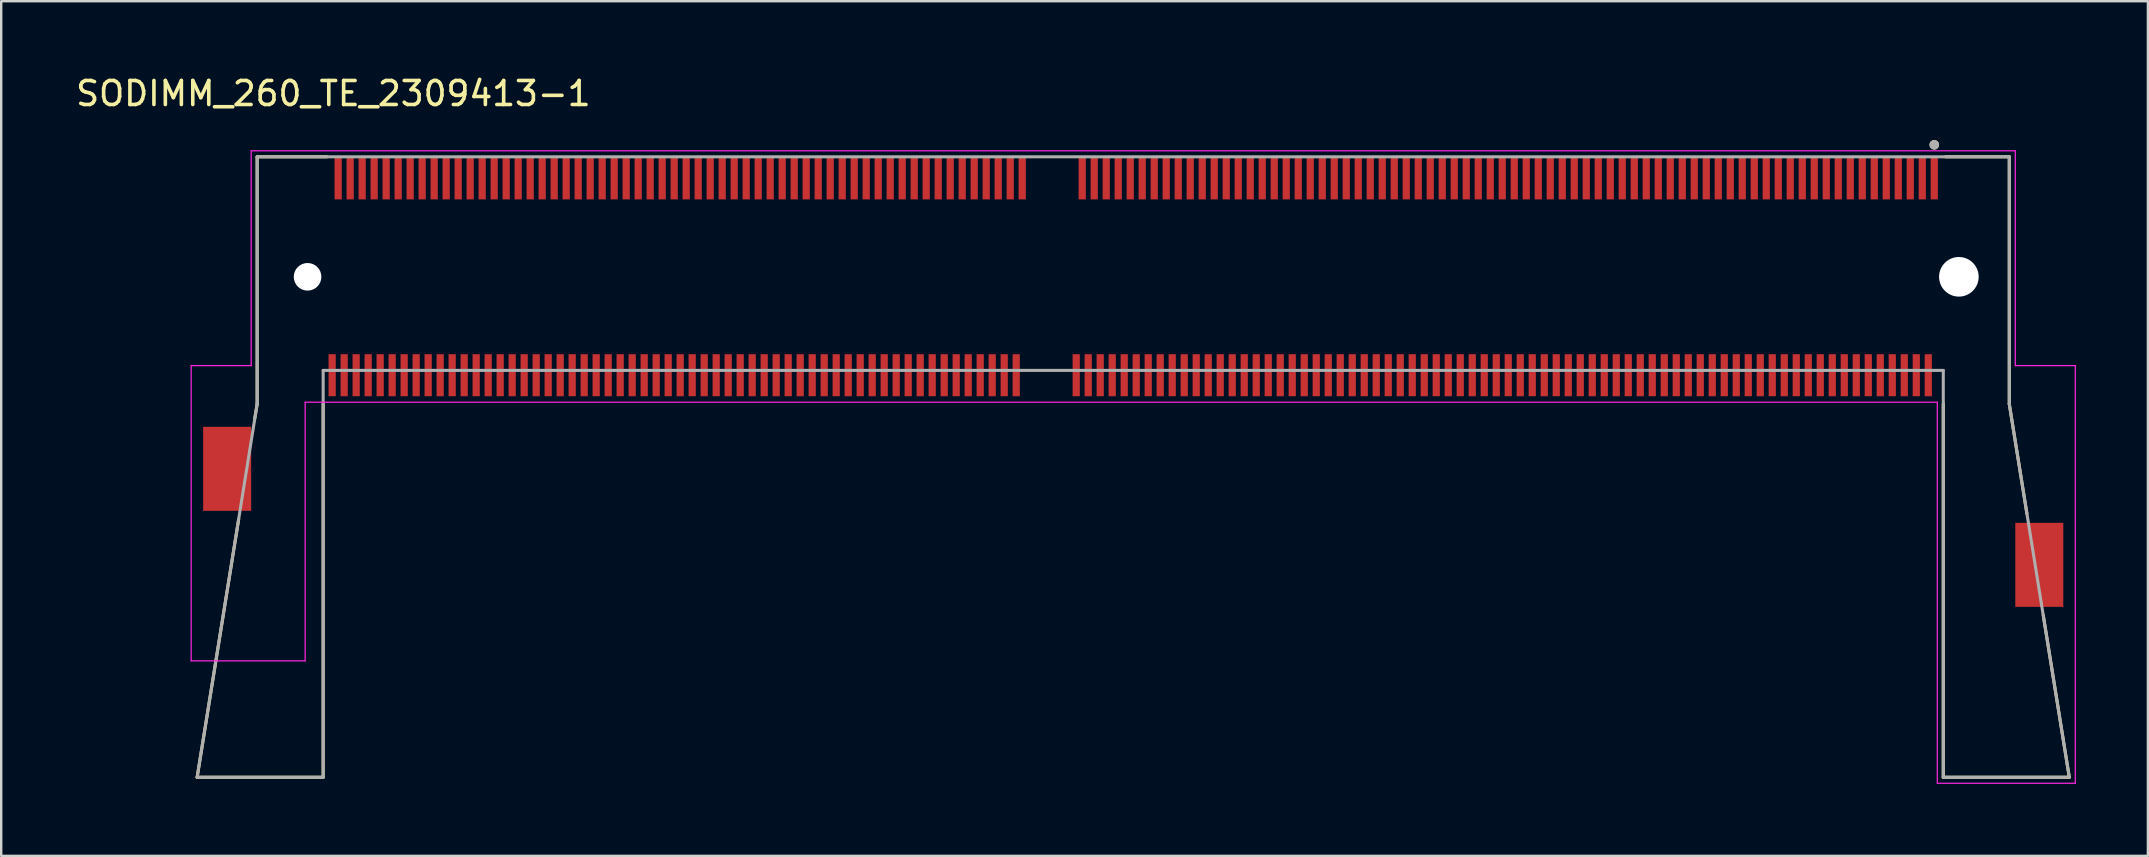
<source format=kicad_pcb>
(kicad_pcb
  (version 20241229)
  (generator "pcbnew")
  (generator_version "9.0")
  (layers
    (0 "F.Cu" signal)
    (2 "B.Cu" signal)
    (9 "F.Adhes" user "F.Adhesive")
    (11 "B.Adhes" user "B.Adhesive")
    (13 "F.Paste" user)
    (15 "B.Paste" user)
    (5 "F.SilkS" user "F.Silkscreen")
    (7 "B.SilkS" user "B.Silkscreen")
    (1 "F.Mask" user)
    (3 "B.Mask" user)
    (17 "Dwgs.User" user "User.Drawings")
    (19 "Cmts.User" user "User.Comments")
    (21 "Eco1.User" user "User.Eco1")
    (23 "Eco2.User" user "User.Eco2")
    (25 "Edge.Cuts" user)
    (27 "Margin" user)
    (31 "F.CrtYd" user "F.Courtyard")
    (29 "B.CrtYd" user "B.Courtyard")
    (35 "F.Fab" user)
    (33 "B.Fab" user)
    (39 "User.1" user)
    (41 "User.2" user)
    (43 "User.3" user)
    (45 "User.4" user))
  (footprint "SODIMM_260_TE_2309413-1"
    (layer "F.Cu")
    (at 40.664 8.483)
    (property "Reference" "SODIMM_260_TE_2309413-1" (at -29.825 -7.635 0) (layer "F.SilkS") (effects (font (size 1 1) (thickness 0.15))))
    (attr through_hole)
    (fp_line (start -35.5 20.85) (end -33.77 10.105) (stroke (width 0.127) (type solid)) (layer "F.SilkS"))
    (fp_line (start -35.5 20.85) (end -30.25 20.85) (stroke (width 0.127) (type solid)) (layer "F.SilkS"))
    (fp_line (start -33 -5) (end -33 5.3) (stroke (width 0.127) (type solid)) (layer "F.SilkS"))
    (fp_line (start -33 5.3) (end -33.1 5.9) (stroke (width 0.127) (type solid)) (layer "F.SilkS"))
    (fp_line (start -30.25 20.85) (end -30.25 5.3) (stroke (width 0.127) (type solid)) (layer "F.SilkS"))
    (fp_line (start -30.095 -5) (end -33 -5) (stroke (width 0.127) (type solid)) (layer "F.SilkS"))
    (fp_line (start 37.25 5.3) (end 37.25 20.85) (stroke (width 0.127) (type solid)) (layer "F.SilkS"))
    (fp_line (start 37.25 20.85) (end 42.5 20.85) (stroke (width 0.127) (type solid)) (layer "F.SilkS"))
    (fp_line (start 40 -5) (end 37.345 -5) (stroke (width 0.127) (type solid)) (layer "F.SilkS"))
    (fp_line (start 40 5.3) (end 40 -5) (stroke (width 0.127) (type solid)) (layer "F.SilkS"))
    (fp_line (start 40 5.3) (end 40.735 9.87) (stroke (width 0.127) (type solid)) (layer "F.SilkS"))
    (fp_line (start 42.5 20.85) (end 41.415 14.1) (stroke (width 0.127) (type solid)) (layer "F.SilkS"))
    (fp_circle (center 36.875 -5.5) (end 36.975 -5.5) (stroke (width 0.2) (type solid)) (fill no) (layer "F.SilkS"))
    (fp_line (start -35.75 3.7) (end -33.25 3.7) (stroke (width 0.05) (type solid)) (layer "F.CrtYd"))
    (fp_line (start -35.75 16) (end -35.75 3.7) (stroke (width 0.05) (type solid)) (layer "F.CrtYd"))
    (fp_line (start -33.25 -5.25) (end 40.25 -5.25) (stroke (width 0.05) (type solid)) (layer "F.CrtYd"))
    (fp_line (start -33.25 3.7) (end -33.25 -5.25) (stroke (width 0.05) (type solid)) (layer "F.CrtYd"))
    (fp_line (start -31 5.225) (end -31 16) (stroke (width 0.05) (type solid)) (layer "F.CrtYd"))
    (fp_line (start -31 16) (end -35.75 16) (stroke (width 0.05) (type solid)) (layer "F.CrtYd"))
    (fp_line (start 37 5.225) (end -31 5.225) (stroke (width 0.05) (type solid)) (layer "F.CrtYd"))
    (fp_line (start 37 21.1) (end 37 5.225) (stroke (width 0.05) (type solid)) (layer "F.CrtYd"))
    (fp_line (start 40.25 -5.25) (end 40.25 3.7) (stroke (width 0.05) (type solid)) (layer "F.CrtYd"))
    (fp_line (start 40.25 3.7) (end 42.75 3.7) (stroke (width 0.05) (type solid)) (layer "F.CrtYd"))
    (fp_line (start 42.75 3.7) (end 42.75 21.1) (stroke (width 0.05) (type solid)) (layer "F.CrtYd"))
    (fp_line (start 42.75 21.1) (end 37 21.1) (stroke (width 0.05) (type solid)) (layer "F.CrtYd"))
    (fp_line (start -35.5 20.85) (end -30.25 20.85) (stroke (width 0.127) (type solid)) (layer "F.Fab"))
    (fp_line (start -33 -5) (end -33 5.3) (stroke (width 0.127) (type solid)) (layer "F.Fab"))
    (fp_line (start -33 5.3) (end -35.5 20.85) (stroke (width 0.127) (type solid)) (layer "F.Fab"))
    (fp_line (start -30.25 3.9) (end 37.25 3.9) (stroke (width 0.127) (type solid)) (layer "F.Fab"))
    (fp_line (start -30.25 20.85) (end -30.25 3.9) (stroke (width 0.127) (type solid)) (layer "F.Fab"))
    (fp_line (start 37.25 3.9) (end 37.25 20.85) (stroke (width 0.127) (type solid)) (layer "F.Fab"))
    (fp_line (start 37.25 20.85) (end 42.5 20.85) (stroke (width 0.127) (type solid)) (layer "F.Fab"))
    (fp_line (start 40 -5) (end -33 -5) (stroke (width 0.127) (type solid)) (layer "F.Fab"))
    (fp_line (start 40 5.3) (end 40 -5) (stroke (width 0.127) (type solid)) (layer "F.Fab"))
    (fp_line (start 42.5 20.85) (end 40 5.3) (stroke (width 0.127) (type solid)) (layer "F.Fab"))
    (fp_circle (center 36.875 -5.5) (end 36.975 -5.5) (stroke (width 0.2) (type solid)) (fill no) (layer "F.Fab"))
    (pad "" np_thru_hole circle (at -30.9 0) (size 1.15 1.15) (drill 1.15) (layers "*.Cu" "*.Mask"))
    (pad "" np_thru_hole circle (at 37.9 0) (size 1.65 1.65) (drill 1.65) (layers "*.Cu" "*.Mask"))
    (pad "1" smd rect (at 36.875 -4.1) (size 0.3 1.75) (layers "F.Cu" "F.Mask" "F.Paste"))
    (pad "2" smd rect (at 36.625 4.1) (size 0.3 1.75) (layers "F.Cu" "F.Mask" "F.Paste"))
    (pad "3" smd rect (at 36.375 -4.1) (size 0.3 1.75) (layers "F.Cu" "F.Mask" "F.Paste"))
    (pad "4" smd rect (at 36.125 4.1) (size 0.3 1.75) (layers "F.Cu" "F.Mask" "F.Paste"))
    (pad "5" smd rect (at 35.875 -4.1) (size 0.3 1.75) (layers "F.Cu" "F.Mask" "F.Paste"))
    (pad "6" smd rect (at 35.625 4.1) (size 0.3 1.75) (layers "F.Cu" "F.Mask" "F.Paste"))
    (pad "7" smd rect (at 35.375 -4.1) (size 0.3 1.75) (layers "F.Cu" "F.Mask" "F.Paste"))
    (pad "8" smd rect (at 35.125 4.1) (size 0.3 1.75) (layers "F.Cu" "F.Mask" "F.Paste"))
    (pad "9" smd rect (at 34.875 -4.1) (size 0.3 1.75) (layers "F.Cu" "F.Mask" "F.Paste"))
    (pad "10" smd rect (at 34.625 4.1) (size 0.3 1.75) (layers "F.Cu" "F.Mask" "F.Paste"))
    (pad "11" smd rect (at 34.375 -4.1) (size 0.3 1.75) (layers "F.Cu" "F.Mask" "F.Paste"))
    (pad "12" smd rect (at 34.125 4.1) (size 0.3 1.75) (layers "F.Cu" "F.Mask" "F.Paste"))
    (pad "13" smd rect (at 33.875 -4.1) (size 0.3 1.75) (layers "F.Cu" "F.Mask" "F.Paste"))
    (pad "14" smd rect (at 33.625 4.1) (size 0.3 1.75) (layers "F.Cu" "F.Mask" "F.Paste"))
    (pad "15" smd rect (at 33.375 -4.1) (size 0.3 1.75) (layers "F.Cu" "F.Mask" "F.Paste"))
    (pad "16" smd rect (at 33.125 4.1) (size 0.3 1.75) (layers "F.Cu" "F.Mask" "F.Paste"))
    (pad "17" smd rect (at 32.875 -4.1) (size 0.3 1.75) (layers "F.Cu" "F.Mask" "F.Paste"))
    (pad "18" smd rect (at 32.625 4.1) (size 0.3 1.75) (layers "F.Cu" "F.Mask" "F.Paste"))
    (pad "19" smd rect (at 32.375 -4.1) (size 0.3 1.75) (layers "F.Cu" "F.Mask" "F.Paste"))
    (pad "20" smd rect (at 32.125 4.1) (size 0.3 1.75) (layers "F.Cu" "F.Mask" "F.Paste"))
    (pad "21" smd rect (at 31.875 -4.1) (size 0.3 1.75) (layers "F.Cu" "F.Mask" "F.Paste"))
    (pad "22" smd rect (at 31.625 4.1) (size 0.3 1.75) (layers "F.Cu" "F.Mask" "F.Paste"))
    (pad "23" smd rect (at 31.375 -4.1) (size 0.3 1.75) (layers "F.Cu" "F.Mask" "F.Paste"))
    (pad "24" smd rect (at 31.125 4.1) (size 0.3 1.75) (layers "F.Cu" "F.Mask" "F.Paste"))
    (pad "25" smd rect (at 30.875 -4.1) (size 0.3 1.75) (layers "F.Cu" "F.Mask" "F.Paste"))
    (pad "26" smd rect (at 30.625 4.1) (size 0.3 1.75) (layers "F.Cu" "F.Mask" "F.Paste"))
    (pad "27" smd rect (at 30.375 -4.1) (size 0.3 1.75) (layers "F.Cu" "F.Mask" "F.Paste"))
    (pad "28" smd rect (at 30.125 4.1) (size 0.3 1.75) (layers "F.Cu" "F.Mask" "F.Paste"))
    (pad "29" smd rect (at 29.875 -4.1) (size 0.3 1.75) (layers "F.Cu" "F.Mask" "F.Paste"))
    (pad "30" smd rect (at 29.625 4.1) (size 0.3 1.75) (layers "F.Cu" "F.Mask" "F.Paste"))
    (pad "31" smd rect (at 29.375 -4.1) (size 0.3 1.75) (layers "F.Cu" "F.Mask" "F.Paste"))
    (pad "32" smd rect (at 29.125 4.1) (size 0.3 1.75) (layers "F.Cu" "F.Mask" "F.Paste"))
    (pad "33" smd rect (at 28.875 -4.1) (size 0.3 1.75) (layers "F.Cu" "F.Mask" "F.Paste"))
    (pad "34" smd rect (at 28.625 4.1) (size 0.3 1.75) (layers "F.Cu" "F.Mask" "F.Paste"))
    (pad "35" smd rect (at 28.375 -4.1) (size 0.3 1.75) (layers "F.Cu" "F.Mask" "F.Paste"))
    (pad "36" smd rect (at 28.125 4.1) (size 0.3 1.75) (layers "F.Cu" "F.Mask" "F.Paste"))
    (pad "37" smd rect (at 27.875 -4.1) (size 0.3 1.75) (layers "F.Cu" "F.Mask" "F.Paste"))
    (pad "38" smd rect (at 27.625 4.1) (size 0.3 1.75) (layers "F.Cu" "F.Mask" "F.Paste"))
    (pad "39" smd rect (at 27.375 -4.1) (size 0.3 1.75) (layers "F.Cu" "F.Mask" "F.Paste"))
    (pad "40" smd rect (at 27.125 4.1) (size 0.3 1.75) (layers "F.Cu" "F.Mask" "F.Paste"))
    (pad "41" smd rect (at 26.875 -4.1) (size 0.3 1.75) (layers "F.Cu" "F.Mask" "F.Paste"))
    (pad "42" smd rect (at 26.625 4.1) (size 0.3 1.75) (layers "F.Cu" "F.Mask" "F.Paste"))
    (pad "43" smd rect (at 26.375 -4.1) (size 0.3 1.75) (layers "F.Cu" "F.Mask" "F.Paste"))
    (pad "44" smd rect (at 26.125 4.1) (size 0.3 1.75) (layers "F.Cu" "F.Mask" "F.Paste"))
    (pad "45" smd rect (at 25.875 -4.1) (size 0.3 1.75) (layers "F.Cu" "F.Mask" "F.Paste"))
    (pad "46" smd rect (at 25.625 4.1) (size 0.3 1.75) (layers "F.Cu" "F.Mask" "F.Paste"))
    (pad "47" smd rect (at 25.375 -4.1) (size 0.3 1.75) (layers "F.Cu" "F.Mask" "F.Paste"))
    (pad "48" smd rect (at 25.125 4.1) (size 0.3 1.75) (layers "F.Cu" "F.Mask" "F.Paste"))
    (pad "49" smd rect (at 24.875 -4.1) (size 0.3 1.75) (layers "F.Cu" "F.Mask" "F.Paste"))
    (pad "50" smd rect (at 24.625 4.1) (size 0.3 1.75) (layers "F.Cu" "F.Mask" "F.Paste"))
    (pad "51" smd rect (at 24.375 -4.1) (size 0.3 1.75) (layers "F.Cu" "F.Mask" "F.Paste"))
    (pad "52" smd rect (at 24.125 4.1) (size 0.3 1.75) (layers "F.Cu" "F.Mask" "F.Paste"))
    (pad "53" smd rect (at 23.875 -4.1) (size 0.3 1.75) (layers "F.Cu" "F.Mask" "F.Paste"))
    (pad "54" smd rect (at 23.625 4.1) (size 0.3 1.75) (layers "F.Cu" "F.Mask" "F.Paste"))
    (pad "55" smd rect (at 23.375 -4.1) (size 0.3 1.75) (layers "F.Cu" "F.Mask" "F.Paste"))
    (pad "56" smd rect (at 23.125 4.1) (size 0.3 1.75) (layers "F.Cu" "F.Mask" "F.Paste"))
    (pad "57" smd rect (at 22.875 -4.1) (size 0.3 1.75) (layers "F.Cu" "F.Mask" "F.Paste"))
    (pad "58" smd rect (at 22.625 4.1) (size 0.3 1.75) (layers "F.Cu" "F.Mask" "F.Paste"))
    (pad "59" smd rect (at 22.375 -4.1) (size 0.3 1.75) (layers "F.Cu" "F.Mask" "F.Paste"))
    (pad "60" smd rect (at 22.125 4.1) (size 0.3 1.75) (layers "F.Cu" "F.Mask" "F.Paste"))
    (pad "61" smd rect (at 21.875 -4.1) (size 0.3 1.75) (layers "F.Cu" "F.Mask" "F.Paste"))
    (pad "62" smd rect (at 21.625 4.1) (size 0.3 1.75) (layers "F.Cu" "F.Mask" "F.Paste"))
    (pad "63" smd rect (at 21.375 -4.1) (size 0.3 1.75) (layers "F.Cu" "F.Mask" "F.Paste"))
    (pad "64" smd rect (at 21.125 4.1) (size 0.3 1.75) (layers "F.Cu" "F.Mask" "F.Paste"))
    (pad "65" smd rect (at 20.875 -4.1) (size 0.3 1.75) (layers "F.Cu" "F.Mask" "F.Paste"))
    (pad "66" smd rect (at 20.625 4.1) (size 0.3 1.75) (layers "F.Cu" "F.Mask" "F.Paste"))
    (pad "67" smd rect (at 20.375 -4.1) (size 0.3 1.75) (layers "F.Cu" "F.Mask" "F.Paste"))
    (pad "68" smd rect (at 20.125 4.1) (size 0.3 1.75) (layers "F.Cu" "F.Mask" "F.Paste"))
    (pad "69" smd rect (at 19.875 -4.1) (size 0.3 1.75) (layers "F.Cu" "F.Mask" "F.Paste"))
    (pad "70" smd rect (at 19.625 4.1) (size 0.3 1.75) (layers "F.Cu" "F.Mask" "F.Paste"))
    (pad "71" smd rect (at 19.375 -4.1) (size 0.3 1.75) (layers "F.Cu" "F.Mask" "F.Paste"))
    (pad "72" smd rect (at 19.125 4.1) (size 0.3 1.75) (layers "F.Cu" "F.Mask" "F.Paste"))
    (pad "73" smd rect (at 18.875 -4.1) (size 0.3 1.75) (layers "F.Cu" "F.Mask" "F.Paste"))
    (pad "74" smd rect (at 18.625 4.1) (size 0.3 1.75) (layers "F.Cu" "F.Mask" "F.Paste"))
    (pad "75" smd rect (at 18.375 -4.1) (size 0.3 1.75) (layers "F.Cu" "F.Mask" "F.Paste"))
    (pad "76" smd rect (at 18.125 4.1) (size 0.3 1.75) (layers "F.Cu" "F.Mask" "F.Paste"))
    (pad "77" smd rect (at 17.875 -4.1) (size 0.3 1.75) (layers "F.Cu" "F.Mask" "F.Paste"))
    (pad "78" smd rect (at 17.625 4.1) (size 0.3 1.75) (layers "F.Cu" "F.Mask" "F.Paste"))
    (pad "79" smd rect (at 17.375 -4.1) (size 0.3 1.75) (layers "F.Cu" "F.Mask" "F.Paste"))
    (pad "80" smd rect (at 17.125 4.1) (size 0.3 1.75) (layers "F.Cu" "F.Mask" "F.Paste"))
    (pad "81" smd rect (at 16.875 -4.1) (size 0.3 1.75) (layers "F.Cu" "F.Mask" "F.Paste"))
    (pad "82" smd rect (at 16.625 4.1) (size 0.3 1.75) (layers "F.Cu" "F.Mask" "F.Paste"))
    (pad "83" smd rect (at 16.375 -4.1) (size 0.3 1.75) (layers "F.Cu" "F.Mask" "F.Paste"))
    (pad "84" smd rect (at 16.125 4.1) (size 0.3 1.75) (layers "F.Cu" "F.Mask" "F.Paste"))
    (pad "85" smd rect (at 15.875 -4.1) (size 0.3 1.75) (layers "F.Cu" "F.Mask" "F.Paste"))
    (pad "86" smd rect (at 15.625 4.1) (size 0.3 1.75) (layers "F.Cu" "F.Mask" "F.Paste"))
    (pad "87" smd rect (at 15.375 -4.1) (size 0.3 1.75) (layers "F.Cu" "F.Mask" "F.Paste"))
    (pad "88" smd rect (at 15.125 4.1) (size 0.3 1.75) (layers "F.Cu" "F.Mask" "F.Paste"))
    (pad "89" smd rect (at 14.875 -4.1) (size 0.3 1.75) (layers "F.Cu" "F.Mask" "F.Paste"))
    (pad "90" smd rect (at 14.625 4.1) (size 0.3 1.75) (layers "F.Cu" "F.Mask" "F.Paste"))
    (pad "91" smd rect (at 14.375 -4.1) (size 0.3 1.75) (layers "F.Cu" "F.Mask" "F.Paste"))
    (pad "92" smd rect (at 14.125 4.1) (size 0.3 1.75) (layers "F.Cu" "F.Mask" "F.Paste"))
    (pad "93" smd rect (at 13.875 -4.1) (size 0.3 1.75) (layers "F.Cu" "F.Mask" "F.Paste"))
    (pad "94" smd rect (at 13.625 4.1) (size 0.3 1.75) (layers "F.Cu" "F.Mask" "F.Paste"))
    (pad "95" smd rect (at 13.375 -4.1) (size 0.3 1.75) (layers "F.Cu" "F.Mask" "F.Paste"))
    (pad "96" smd rect (at 13.125 4.1) (size 0.3 1.75) (layers "F.Cu" "F.Mask" "F.Paste"))
    (pad "97" smd rect (at 12.875 -4.1) (size 0.3 1.75) (layers "F.Cu" "F.Mask" "F.Paste"))
    (pad "98" smd rect (at 12.625 4.1) (size 0.3 1.75) (layers "F.Cu" "F.Mask" "F.Paste"))
    (pad "99" smd rect (at 12.375 -4.1) (size 0.3 1.75) (layers "F.Cu" "F.Mask" "F.Paste"))
    (pad "100" smd rect (at 12.125 4.1) (size 0.3 1.75) (layers "F.Cu" "F.Mask" "F.Paste"))
    (pad "101" smd rect (at 11.875 -4.1) (size 0.3 1.75) (layers "F.Cu" "F.Mask" "F.Paste"))
    (pad "102" smd rect (at 11.625 4.1) (size 0.3 1.75) (layers "F.Cu" "F.Mask" "F.Paste"))
    (pad "103" smd rect (at 11.375 -4.1) (size 0.3 1.75) (layers "F.Cu" "F.Mask" "F.Paste"))
    (pad "104" smd rect (at 11.125 4.1) (size 0.3 1.75) (layers "F.Cu" "F.Mask" "F.Paste"))
    (pad "105" smd rect (at 10.875 -4.1) (size 0.3 1.75) (layers "F.Cu" "F.Mask" "F.Paste"))
    (pad "106" smd rect (at 10.625 4.1) (size 0.3 1.75) (layers "F.Cu" "F.Mask" "F.Paste"))
    (pad "107" smd rect (at 10.375 -4.1) (size 0.3 1.75) (layers "F.Cu" "F.Mask" "F.Paste"))
    (pad "108" smd rect (at 10.125 4.1) (size 0.3 1.75) (layers "F.Cu" "F.Mask" "F.Paste"))
    (pad "109" smd rect (at 9.875 -4.1) (size 0.3 1.75) (layers "F.Cu" "F.Mask" "F.Paste"))
    (pad "110" smd rect (at 9.625 4.1) (size 0.3 1.75) (layers "F.Cu" "F.Mask" "F.Paste"))
    (pad "111" smd rect (at 9.375 -4.1) (size 0.3 1.75) (layers "F.Cu" "F.Mask" "F.Paste"))
    (pad "112" smd rect (at 9.125 4.1) (size 0.3 1.75) (layers "F.Cu" "F.Mask" "F.Paste"))
    (pad "113" smd rect (at 8.875 -4.1) (size 0.3 1.75) (layers "F.Cu" "F.Mask" "F.Paste"))
    (pad "114" smd rect (at 8.625 4.1) (size 0.3 1.75) (layers "F.Cu" "F.Mask" "F.Paste"))
    (pad "115" smd rect (at 8.375 -4.1) (size 0.3 1.75) (layers "F.Cu" "F.Mask" "F.Paste"))
    (pad "116" smd rect (at 8.125 4.1) (size 0.3 1.75) (layers "F.Cu" "F.Mask" "F.Paste"))
    (pad "117" smd rect (at 7.875 -4.1) (size 0.3 1.75) (layers "F.Cu" "F.Mask" "F.Paste"))
    (pad "118" smd rect (at 7.625 4.1) (size 0.3 1.75) (layers "F.Cu" "F.Mask" "F.Paste"))
    (pad "119" smd rect (at 7.375 -4.1) (size 0.3 1.75) (layers "F.Cu" "F.Mask" "F.Paste"))
    (pad "120" smd rect (at 7.125 4.1) (size 0.3 1.75) (layers "F.Cu" "F.Mask" "F.Paste"))
    (pad "121" smd rect (at 6.875 -4.1) (size 0.3 1.75) (layers "F.Cu" "F.Mask" "F.Paste"))
    (pad "122" smd rect (at 6.625 4.1) (size 0.3 1.75) (layers "F.Cu" "F.Mask" "F.Paste"))
    (pad "123" smd rect (at 6.375 -4.1) (size 0.3 1.75) (layers "F.Cu" "F.Mask" "F.Paste"))
    (pad "124" smd rect (at 6.125 4.1) (size 0.3 1.75) (layers "F.Cu" "F.Mask" "F.Paste"))
    (pad "125" smd rect (at 5.875 -4.1) (size 0.3 1.75) (layers "F.Cu" "F.Mask" "F.Paste"))
    (pad "126" smd rect (at 5.625 4.1) (size 0.3 1.75) (layers "F.Cu" "F.Mask" "F.Paste"))
    (pad "127" smd rect (at 5.375 -4.1) (size 0.3 1.75) (layers "F.Cu" "F.Mask" "F.Paste"))
    (pad "128" smd rect (at 5.125 4.1) (size 0.3 1.75) (layers "F.Cu" "F.Mask" "F.Paste"))
    (pad "129" smd rect (at 4.875 -4.1) (size 0.3 1.75) (layers "F.Cu" "F.Mask" "F.Paste"))
    (pad "130" smd rect (at 4.625 4.1) (size 0.3 1.75) (layers "F.Cu" "F.Mask" "F.Paste"))
    (pad "131" smd rect (at 4.375 -4.1) (size 0.3 1.75) (layers "F.Cu" "F.Mask" "F.Paste"))
    (pad "132" smd rect (at 4.125 4.1) (size 0.3 1.75) (layers "F.Cu" "F.Mask" "F.Paste"))
    (pad "133" smd rect (at 3.875 -4.1) (size 0.3 1.75) (layers "F.Cu" "F.Mask" "F.Paste"))
    (pad "134" smd rect (at 3.625 4.1) (size 0.3 1.75) (layers "F.Cu" "F.Mask" "F.Paste"))
    (pad "135" smd rect (at 3.375 -4.1) (size 0.3 1.75) (layers "F.Cu" "F.Mask" "F.Paste"))
    (pad "136" smd rect (at 3.125 4.1) (size 0.3 1.75) (layers "F.Cu" "F.Mask" "F.Paste"))
    (pad "137" smd rect (at 2.875 -4.1) (size 0.3 1.75) (layers "F.Cu" "F.Mask" "F.Paste"))
    (pad "138" smd rect (at 2.625 4.1) (size 0.3 1.75) (layers "F.Cu" "F.Mask" "F.Paste"))
    (pad "139" smd rect (at 2.375 -4.1) (size 0.3 1.75) (layers "F.Cu" "F.Mask" "F.Paste"))
    (pad "140" smd rect (at 2.125 4.1) (size 0.3 1.75) (layers "F.Cu" "F.Mask" "F.Paste"))
    (pad "141" smd rect (at 1.875 -4.1) (size 0.3 1.75) (layers "F.Cu" "F.Mask" "F.Paste"))
    (pad "142" smd rect (at 1.625 4.1) (size 0.3 1.75) (layers "F.Cu" "F.Mask" "F.Paste"))
    (pad "143" smd rect (at 1.375 -4.1) (size 0.3 1.75) (layers "F.Cu" "F.Mask" "F.Paste"))
    (pad "144" smd rect (at 1.125 4.1) (size 0.3 1.75) (layers "F.Cu" "F.Mask" "F.Paste"))
    (pad "145" smd rect (at -1.125 -4.1) (size 0.3 1.75) (layers "F.Cu" "F.Mask" "F.Paste"))
    (pad "146" smd rect (at -1.375 4.1) (size 0.3 1.75) (layers "F.Cu" "F.Mask" "F.Paste"))
    (pad "147" smd rect (at -1.625 -4.1) (size 0.3 1.75) (layers "F.Cu" "F.Mask" "F.Paste"))
    (pad "148" smd rect (at -1.875 4.1) (size 0.3 1.75) (layers "F.Cu" "F.Mask" "F.Paste"))
    (pad "149" smd rect (at -2.125 -4.1) (size 0.3 1.75) (layers "F.Cu" "F.Mask" "F.Paste"))
    (pad "150" smd rect (at -2.375 4.1) (size 0.3 1.75) (layers "F.Cu" "F.Mask" "F.Paste"))
    (pad "151" smd rect (at -2.625 -4.1) (size 0.3 1.75) (layers "F.Cu" "F.Mask" "F.Paste"))
    (pad "152" smd rect (at -2.875 4.1) (size 0.3 1.75) (layers "F.Cu" "F.Mask" "F.Paste"))
    (pad "153" smd rect (at -3.125 -4.1) (size 0.3 1.75) (layers "F.Cu" "F.Mask" "F.Paste"))
    (pad "154" smd rect (at -3.375 4.1) (size 0.3 1.75) (layers "F.Cu" "F.Mask" "F.Paste"))
    (pad "155" smd rect (at -3.625 -4.1) (size 0.3 1.75) (layers "F.Cu" "F.Mask" "F.Paste"))
    (pad "156" smd rect (at -3.875 4.1) (size 0.3 1.75) (layers "F.Cu" "F.Mask" "F.Paste"))
    (pad "157" smd rect (at -4.125 -4.1) (size 0.3 1.75) (layers "F.Cu" "F.Mask" "F.Paste"))
    (pad "158" smd rect (at -4.375 4.1) (size 0.3 1.75) (layers "F.Cu" "F.Mask" "F.Paste"))
    (pad "159" smd rect (at -4.625 -4.1) (size 0.3 1.75) (layers "F.Cu" "F.Mask" "F.Paste"))
    (pad "160" smd rect (at -4.875 4.1) (size 0.3 1.75) (layers "F.Cu" "F.Mask" "F.Paste"))
    (pad "161" smd rect (at -5.125 -4.1) (size 0.3 1.75) (layers "F.Cu" "F.Mask" "F.Paste"))
    (pad "162" smd rect (at -5.375 4.1) (size 0.3 1.75) (layers "F.Cu" "F.Mask" "F.Paste"))
    (pad "163" smd rect (at -5.625 -4.1) (size 0.3 1.75) (layers "F.Cu" "F.Mask" "F.Paste"))
    (pad "164" smd rect (at -5.875 4.1) (size 0.3 1.75) (layers "F.Cu" "F.Mask" "F.Paste"))
    (pad "165" smd rect (at -6.125 -4.1) (size 0.3 1.75) (layers "F.Cu" "F.Mask" "F.Paste"))
    (pad "166" smd rect (at -6.375 4.1) (size 0.3 1.75) (layers "F.Cu" "F.Mask" "F.Paste"))
    (pad "167" smd rect (at -6.625 -4.1) (size 0.3 1.75) (layers "F.Cu" "F.Mask" "F.Paste"))
    (pad "168" smd rect (at -6.875 4.1) (size 0.3 1.75) (layers "F.Cu" "F.Mask" "F.Paste"))
    (pad "169" smd rect (at -7.125 -4.1) (size 0.3 1.75) (layers "F.Cu" "F.Mask" "F.Paste"))
    (pad "170" smd rect (at -7.375 4.1) (size 0.3 1.75) (layers "F.Cu" "F.Mask" "F.Paste"))
    (pad "171" smd rect (at -7.625 -4.1) (size 0.3 1.75) (layers "F.Cu" "F.Mask" "F.Paste"))
    (pad "172" smd rect (at -7.875 4.1) (size 0.3 1.75) (layers "F.Cu" "F.Mask" "F.Paste"))
    (pad "173" smd rect (at -8.125 -4.1) (size 0.3 1.75) (layers "F.Cu" "F.Mask" "F.Paste"))
    (pad "174" smd rect (at -8.375 4.1) (size 0.3 1.75) (layers "F.Cu" "F.Mask" "F.Paste"))
    (pad "175" smd rect (at -8.625 -4.1) (size 0.3 1.75) (layers "F.Cu" "F.Mask" "F.Paste"))
    (pad "176" smd rect (at -8.875 4.1) (size 0.3 1.75) (layers "F.Cu" "F.Mask" "F.Paste"))
    (pad "177" smd rect (at -9.125 -4.1) (size 0.3 1.75) (layers "F.Cu" "F.Mask" "F.Paste"))
    (pad "178" smd rect (at -9.375 4.1) (size 0.3 1.75) (layers "F.Cu" "F.Mask" "F.Paste"))
    (pad "179" smd rect (at -9.625 -4.1) (size 0.3 1.75) (layers "F.Cu" "F.Mask" "F.Paste"))
    (pad "180" smd rect (at -9.875 4.1) (size 0.3 1.75) (layers "F.Cu" "F.Mask" "F.Paste"))
    (pad "181" smd rect (at -10.125 -4.1) (size 0.3 1.75) (layers "F.Cu" "F.Mask" "F.Paste"))
    (pad "182" smd rect (at -10.375 4.1) (size 0.3 1.75) (layers "F.Cu" "F.Mask" "F.Paste"))
    (pad "183" smd rect (at -10.625 -4.1) (size 0.3 1.75) (layers "F.Cu" "F.Mask" "F.Paste"))
    (pad "184" smd rect (at -10.875 4.1) (size 0.3 1.75) (layers "F.Cu" "F.Mask" "F.Paste"))
    (pad "185" smd rect (at -11.125 -4.1) (size 0.3 1.75) (layers "F.Cu" "F.Mask" "F.Paste"))
    (pad "186" smd rect (at -11.375 4.1) (size 0.3 1.75) (layers "F.Cu" "F.Mask" "F.Paste"))
    (pad "187" smd rect (at -11.625 -4.1) (size 0.3 1.75) (layers "F.Cu" "F.Mask" "F.Paste"))
    (pad "188" smd rect (at -11.875 4.1) (size 0.3 1.75) (layers "F.Cu" "F.Mask" "F.Paste"))
    (pad "189" smd rect (at -12.125 -4.1) (size 0.3 1.75) (layers "F.Cu" "F.Mask" "F.Paste"))
    (pad "190" smd rect (at -12.375 4.1) (size 0.3 1.75) (layers "F.Cu" "F.Mask" "F.Paste"))
    (pad "191" smd rect (at -12.625 -4.1) (size 0.3 1.75) (layers "F.Cu" "F.Mask" "F.Paste"))
    (pad "192" smd rect (at -12.875 4.1) (size 0.3 1.75) (layers "F.Cu" "F.Mask" "F.Paste"))
    (pad "193" smd rect (at -13.125 -4.1) (size 0.3 1.75) (layers "F.Cu" "F.Mask" "F.Paste"))
    (pad "194" smd rect (at -13.375 4.1) (size 0.3 1.75) (layers "F.Cu" "F.Mask" "F.Paste"))
    (pad "195" smd rect (at -13.625 -4.1) (size 0.3 1.75) (layers "F.Cu" "F.Mask" "F.Paste"))
    (pad "196" smd rect (at -13.875 4.1) (size 0.3 1.75) (layers "F.Cu" "F.Mask" "F.Paste"))
    (pad "197" smd rect (at -14.125 -4.1) (size 0.3 1.75) (layers "F.Cu" "F.Mask" "F.Paste"))
    (pad "198" smd rect (at -14.375 4.1) (size 0.3 1.75) (layers "F.Cu" "F.Mask" "F.Paste"))
    (pad "199" smd rect (at -14.625 -4.1) (size 0.3 1.75) (layers "F.Cu" "F.Mask" "F.Paste"))
    (pad "200" smd rect (at -14.875 4.1) (size 0.3 1.75) (layers "F.Cu" "F.Mask" "F.Paste"))
    (pad "201" smd rect (at -15.125 -4.1) (size 0.3 1.75) (layers "F.Cu" "F.Mask" "F.Paste"))
    (pad "202" smd rect (at -15.375 4.1) (size 0.3 1.75) (layers "F.Cu" "F.Mask" "F.Paste"))
    (pad "203" smd rect (at -15.625 -4.1) (size 0.3 1.75) (layers "F.Cu" "F.Mask" "F.Paste"))
    (pad "204" smd rect (at -15.875 4.1) (size 0.3 1.75) (layers "F.Cu" "F.Mask" "F.Paste"))
    (pad "205" smd rect (at -16.125 -4.1) (size 0.3 1.75) (layers "F.Cu" "F.Mask" "F.Paste"))
    (pad "206" smd rect (at -16.375 4.1) (size 0.3 1.75) (layers "F.Cu" "F.Mask" "F.Paste"))
    (pad "207" smd rect (at -16.625 -4.1) (size 0.3 1.75) (layers "F.Cu" "F.Mask" "F.Paste"))
    (pad "208" smd rect (at -16.875 4.1) (size 0.3 1.75) (layers "F.Cu" "F.Mask" "F.Paste"))
    (pad "209" smd rect (at -17.125 -4.1) (size 0.3 1.75) (layers "F.Cu" "F.Mask" "F.Paste"))
    (pad "210" smd rect (at -17.375 4.1) (size 0.3 1.75) (layers "F.Cu" "F.Mask" "F.Paste"))
    (pad "211" smd rect (at -17.625 -4.1) (size 0.3 1.75) (layers "F.Cu" "F.Mask" "F.Paste"))
    (pad "212" smd rect (at -17.875 4.1) (size 0.3 1.75) (layers "F.Cu" "F.Mask" "F.Paste"))
    (pad "213" smd rect (at -18.125 -4.1) (size 0.3 1.75) (layers "F.Cu" "F.Mask" "F.Paste"))
    (pad "214" smd rect (at -18.375 4.1) (size 0.3 1.75) (layers "F.Cu" "F.Mask" "F.Paste"))
    (pad "215" smd rect (at -18.625 -4.1) (size 0.3 1.75) (layers "F.Cu" "F.Mask" "F.Paste"))
    (pad "216" smd rect (at -18.875 4.1) (size 0.3 1.75) (layers "F.Cu" "F.Mask" "F.Paste"))
    (pad "217" smd rect (at -19.125 -4.1) (size 0.3 1.75) (layers "F.Cu" "F.Mask" "F.Paste"))
    (pad "218" smd rect (at -19.375 4.1) (size 0.3 1.75) (layers "F.Cu" "F.Mask" "F.Paste"))
    (pad "219" smd rect (at -19.625 -4.1) (size 0.3 1.75) (layers "F.Cu" "F.Mask" "F.Paste"))
    (pad "220" smd rect (at -19.875 4.1) (size 0.3 1.75) (layers "F.Cu" "F.Mask" "F.Paste"))
    (pad "221" smd rect (at -20.125 -4.1) (size 0.3 1.75) (layers "F.Cu" "F.Mask" "F.Paste"))
    (pad "222" smd rect (at -20.375 4.1) (size 0.3 1.75) (layers "F.Cu" "F.Mask" "F.Paste"))
    (pad "223" smd rect (at -20.625 -4.1) (size 0.3 1.75) (layers "F.Cu" "F.Mask" "F.Paste"))
    (pad "224" smd rect (at -20.875 4.1) (size 0.3 1.75) (layers "F.Cu" "F.Mask" "F.Paste"))
    (pad "225" smd rect (at -21.125 -4.1) (size 0.3 1.75) (layers "F.Cu" "F.Mask" "F.Paste"))
    (pad "226" smd rect (at -21.375 4.1) (size 0.3 1.75) (layers "F.Cu" "F.Mask" "F.Paste"))
    (pad "227" smd rect (at -21.625 -4.1) (size 0.3 1.75) (layers "F.Cu" "F.Mask" "F.Paste"))
    (pad "228" smd rect (at -21.875 4.1) (size 0.3 1.75) (layers "F.Cu" "F.Mask" "F.Paste"))
    (pad "229" smd rect (at -22.125 -4.1) (size 0.3 1.75) (layers "F.Cu" "F.Mask" "F.Paste"))
    (pad "230" smd rect (at -22.375 4.1) (size 0.3 1.75) (layers "F.Cu" "F.Mask" "F.Paste"))
    (pad "231" smd rect (at -22.625 -4.1) (size 0.3 1.75) (layers "F.Cu" "F.Mask" "F.Paste"))
    (pad "232" smd rect (at -22.875 4.1) (size 0.3 1.75) (layers "F.Cu" "F.Mask" "F.Paste"))
    (pad "233" smd rect (at -23.125 -4.1) (size 0.3 1.75) (layers "F.Cu" "F.Mask" "F.Paste"))
    (pad "234" smd rect (at -23.375 4.1) (size 0.3 1.75) (layers "F.Cu" "F.Mask" "F.Paste"))
    (pad "235" smd rect (at -23.625 -4.1) (size 0.3 1.75) (layers "F.Cu" "F.Mask" "F.Paste"))
    (pad "236" smd rect (at -23.875 4.1) (size 0.3 1.75) (layers "F.Cu" "F.Mask" "F.Paste"))
    (pad "237" smd rect (at -24.125 -4.1) (size 0.3 1.75) (layers "F.Cu" "F.Mask" "F.Paste"))
    (pad "238" smd rect (at -24.375 4.1) (size 0.3 1.75) (layers "F.Cu" "F.Mask" "F.Paste"))
    (pad "239" smd rect (at -24.625 -4.1) (size 0.3 1.75) (layers "F.Cu" "F.Mask" "F.Paste"))
    (pad "240" smd rect (at -24.875 4.1) (size 0.3 1.75) (layers "F.Cu" "F.Mask" "F.Paste"))
    (pad "241" smd rect (at -25.125 -4.1) (size 0.3 1.75) (layers "F.Cu" "F.Mask" "F.Paste"))
    (pad "242" smd rect (at -25.375 4.1) (size 0.3 1.75) (layers "F.Cu" "F.Mask" "F.Paste"))
    (pad "243" smd rect (at -25.625 -4.1) (size 0.3 1.75) (layers "F.Cu" "F.Mask" "F.Paste"))
    (pad "244" smd rect (at -25.875 4.1) (size 0.3 1.75) (layers "F.Cu" "F.Mask" "F.Paste"))
    (pad "245" smd rect (at -26.125 -4.1) (size 0.3 1.75) (layers "F.Cu" "F.Mask" "F.Paste"))
    (pad "246" smd rect (at -26.375 4.1) (size 0.3 1.75) (layers "F.Cu" "F.Mask" "F.Paste"))
    (pad "247" smd rect (at -26.625 -4.1) (size 0.3 1.75) (layers "F.Cu" "F.Mask" "F.Paste"))
    (pad "248" smd rect (at -26.875 4.1) (size 0.3 1.75) (layers "F.Cu" "F.Mask" "F.Paste"))
    (pad "249" smd rect (at -27.125 -4.1) (size 0.3 1.75) (layers "F.Cu" "F.Mask" "F.Paste"))
    (pad "250" smd rect (at -27.375 4.1) (size 0.3 1.75) (layers "F.Cu" "F.Mask" "F.Paste"))
    (pad "251" smd rect (at -27.625 -4.1) (size 0.3 1.75) (layers "F.Cu" "F.Mask" "F.Paste"))
    (pad "252" smd rect (at -27.875 4.1) (size 0.3 1.75) (layers "F.Cu" "F.Mask" "F.Paste"))
    (pad "253" smd rect (at -28.125 -4.1) (size 0.3 1.75) (layers "F.Cu" "F.Mask" "F.Paste"))
    (pad "254" smd rect (at -28.375 4.1) (size 0.3 1.75) (layers "F.Cu" "F.Mask" "F.Paste"))
    (pad "255" smd rect (at -28.625 -4.1) (size 0.3 1.75) (layers "F.Cu" "F.Mask" "F.Paste"))
    (pad "256" smd rect (at -28.875 4.1) (size 0.3 1.75) (layers "F.Cu" "F.Mask" "F.Paste"))
    (pad "257" smd rect (at -29.125 -4.1) (size 0.3 1.75) (layers "F.Cu" "F.Mask" "F.Paste"))
    (pad "258" smd rect (at -29.375 4.1) (size 0.3 1.75) (layers "F.Cu" "F.Mask" "F.Paste"))
    (pad "259" smd rect (at -29.625 -4.1) (size 0.3 1.75) (layers "F.Cu" "F.Mask" "F.Paste"))
    (pad "260" smd rect (at -29.875 4.1) (size 0.3 1.75) (layers "F.Cu" "F.Mask" "F.Paste"))
    (pad "S1" smd rect (at 41.25 12) (size 2 3.5) (layers "F.Cu" "F.Mask" "F.Paste"))
    (pad "S2" smd rect (at -34.25 8) (size 2 3.5) (layers "F.Cu" "F.Mask" "F.Paste")))
  (gr_rect
    (start -3 -3)
    (end 86.439 32.608)
    (stroke (width 0.1) (type default))
    (fill no)
    (layer "Edge.Cuts")))
</source>
